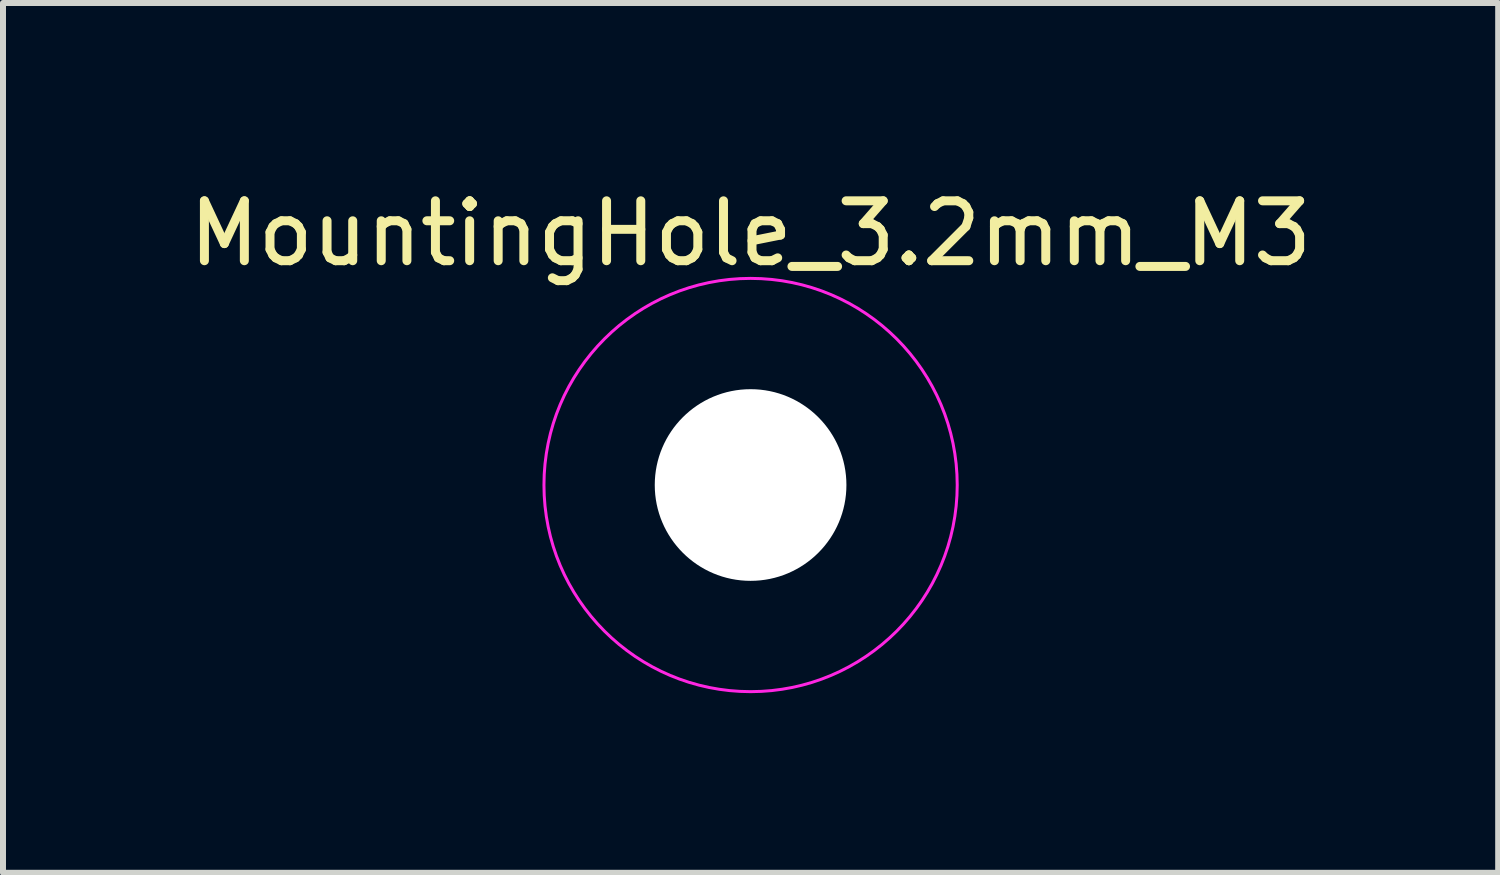
<source format=kicad_pcb>
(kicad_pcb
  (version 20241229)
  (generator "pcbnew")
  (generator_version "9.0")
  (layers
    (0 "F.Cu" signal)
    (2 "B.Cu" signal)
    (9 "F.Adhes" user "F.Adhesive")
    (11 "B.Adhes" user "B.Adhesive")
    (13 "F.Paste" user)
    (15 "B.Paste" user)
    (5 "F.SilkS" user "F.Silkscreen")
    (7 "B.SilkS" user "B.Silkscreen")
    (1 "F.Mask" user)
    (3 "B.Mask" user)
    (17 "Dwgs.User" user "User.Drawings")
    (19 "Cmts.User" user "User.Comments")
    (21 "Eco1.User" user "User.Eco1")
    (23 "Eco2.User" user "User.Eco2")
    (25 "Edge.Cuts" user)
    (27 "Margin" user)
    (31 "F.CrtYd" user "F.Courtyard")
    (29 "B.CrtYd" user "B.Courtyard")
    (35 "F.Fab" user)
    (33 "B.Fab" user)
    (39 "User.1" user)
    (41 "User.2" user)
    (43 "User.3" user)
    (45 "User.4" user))
  (footprint "MountingHole_3.2mm_M3"
    (layer "F.Cu")
    (at 9.482 5.048)
    (property "Reference" "MountingHole_3.2mm_M3" (at 0 -4.2 0) (layer "F.SilkS") (effects (font (size 1 1) (thickness 0.15))))
    (attr exclude_from_pos_files exclude_from_bom)
    (fp_circle (center 0 0) (end 3.45 0) (stroke (width 0.05) (type solid)) (fill no) (layer "F.CrtYd"))
    (pad "" np_thru_hole circle (at 0 0) (size 3.2 3.2) (drill 3.2) (layers "*.Cu" "*.Mask")))
  (gr_rect
    (start -3 -3)
    (end 21.964 11.523)
    (stroke (width 0.1) (type default))
    (fill no)
    (layer "Edge.Cuts")))
</source>
